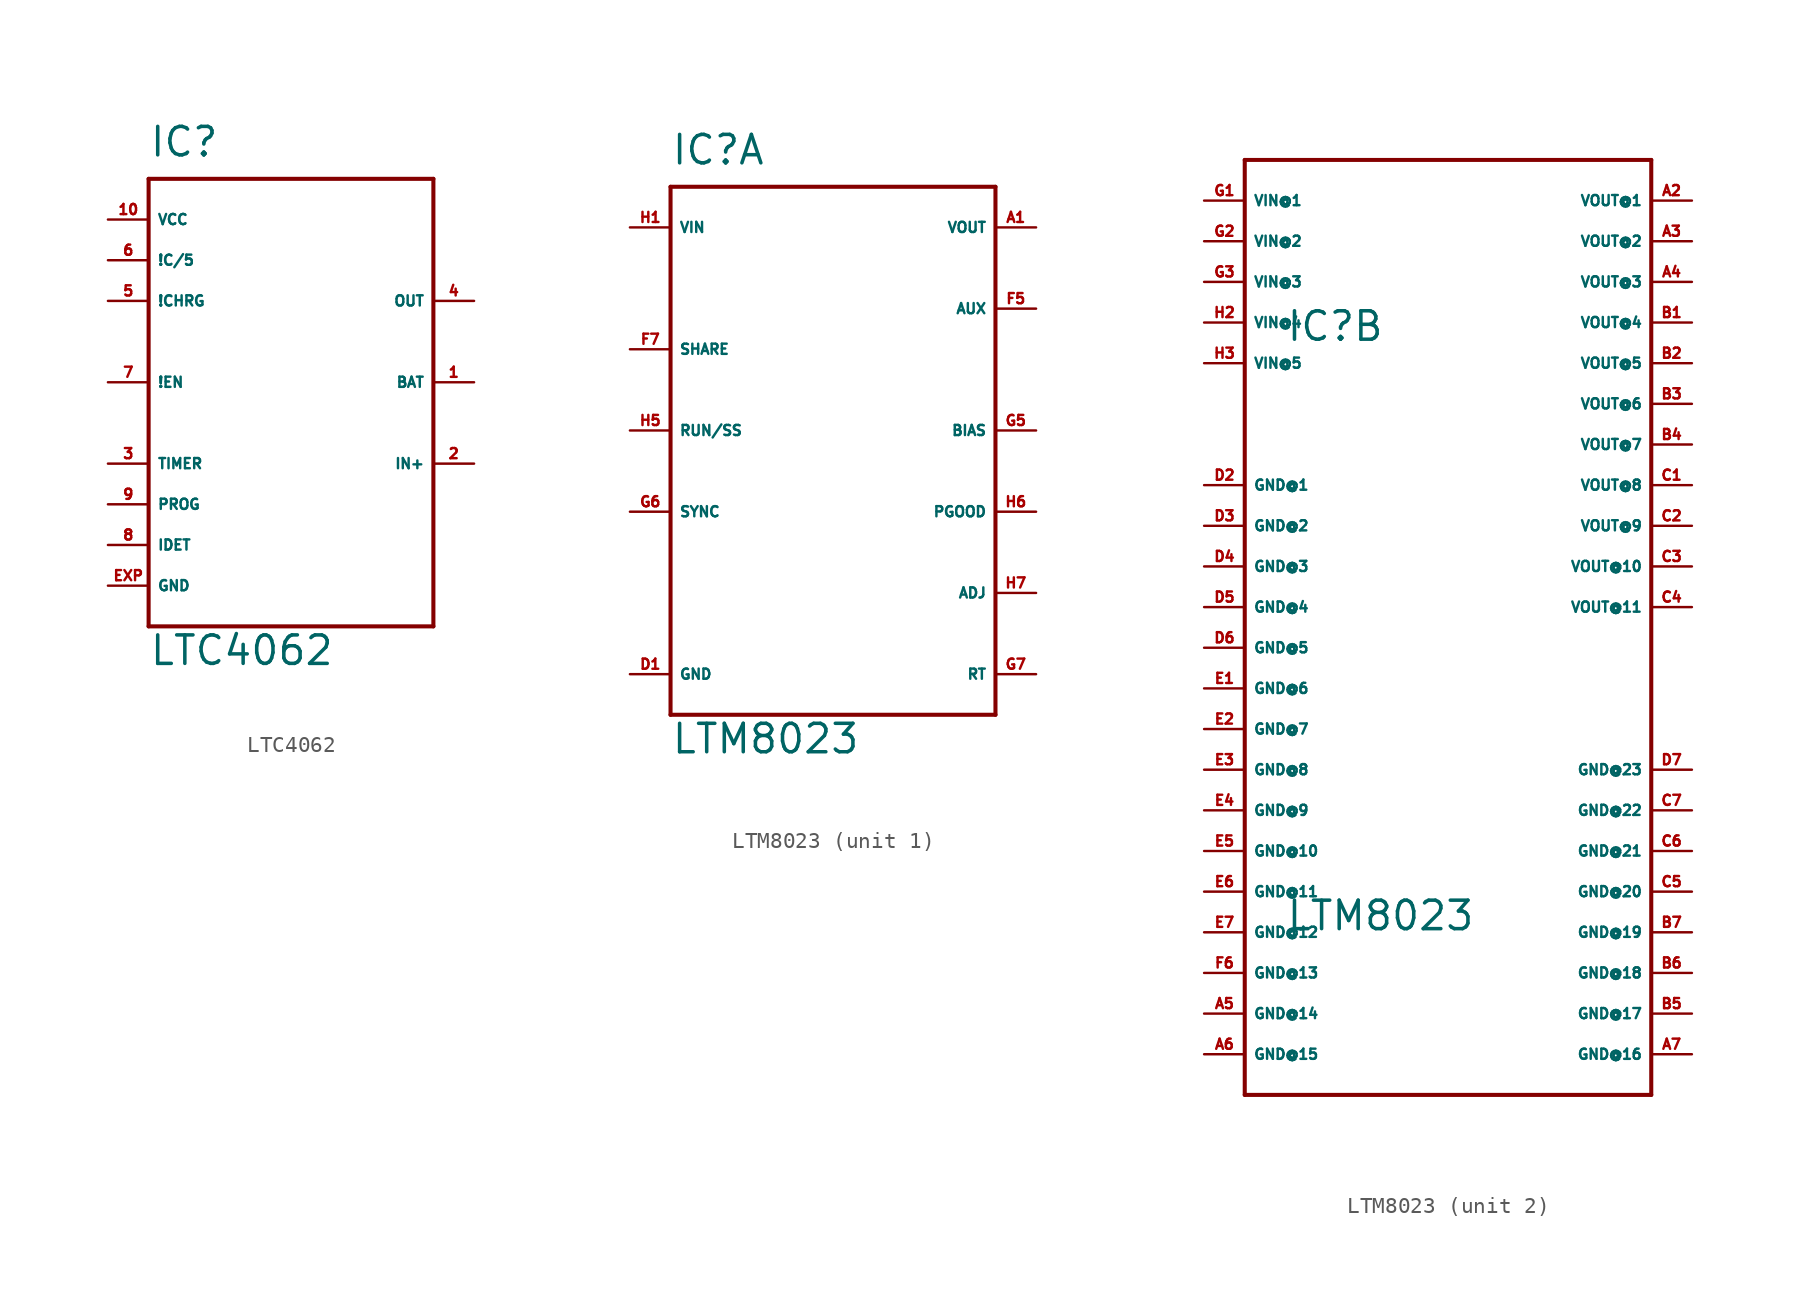
<source format=kicad_sym>
(kicad_symbol_lib
  (version 20220914)
  (generator Eagle2Kicad)
  (symbol "LTC4062"
    (property "Reference" "IC"
      (at -10.16 16.51 0)
      (effects (font (size 1.778 1.778) (thickness 0.22)) (justify left bottom)))
    (property "Value" "LTC4062"
      (at -10.16 -15.24 0)
      (effects (font (size 1.778 1.778) (thickness 0.22)) (justify left bottom)))
    (polyline
      (pts (xy -10.16 -12.7) (xy 7.62 -12.7))
      (stroke (width 0.254) (type default))
      (fill (type none)))
    (polyline
      (pts (xy 7.62 -12.7) (xy 7.62 15.24))
      (stroke (width 0.254) (type default))
      (fill (type none)))
    (polyline
      (pts (xy 7.62 15.24) (xy -10.16 15.24))
      (stroke (width 0.254) (type default))
      (fill (type none)))
    (polyline
      (pts (xy -10.16 15.24) (xy -10.16 -12.7))
      (stroke (width 0.254) (type default))
      (fill (type none)))
    (pin input line
      (at 10.16 -2.54 180)
      (length 2.54)
      (name "IN+" (effects (font (size 0.635 0.635) (thickness 0.08)) (justify left bottom)))
      (number "2" (effects (font (size 0.635 0.635) (thickness 0.08)) (justify left bottom))))
    (pin open_collector line
      (at 10.16 7.62 180)
      (length 2.54)
      (name "OUT" (effects (font (size 0.635 0.635) (thickness 0.08)) (justify left bottom)))
      (number "4" (effects (font (size 0.635 0.635) (thickness 0.08)) (justify left bottom))))
    (pin open_collector line
      (at -12.7 7.62 0)
      (length 2.54)
      (name "!CHRG" (effects (font (size 0.635 0.635) (thickness 0.08)) (justify left bottom)))
      (number "5" (effects (font (size 0.635 0.635) (thickness 0.08)) (justify left bottom))))
    (pin input line
      (at -12.7 10.16 0)
      (length 2.54)
      (name "!C/5" (effects (font (size 0.635 0.635) (thickness 0.08)) (justify left bottom)))
      (number "6" (effects (font (size 0.635 0.635) (thickness 0.08)) (justify left bottom))))
    (pin input line
      (at -12.7 2.54 0)
      (length 2.54)
      (name "!EN" (effects (font (size 0.635 0.635) (thickness 0.08)) (justify left bottom)))
      (number "7" (effects (font (size 0.635 0.635) (thickness 0.08)) (justify left bottom))))
    (pin passive line
      (at -12.7 -2.54 0)
      (length 2.54)
      (name "TIMER" (effects (font (size 0.635 0.635) (thickness 0.08)) (justify left bottom)))
      (number "3" (effects (font (size 0.635 0.635) (thickness 0.08)) (justify left bottom))))
    (pin passive line
      (at -12.7 -7.62 0)
      (length 2.54)
      (name "IDET" (effects (font (size 0.635 0.635) (thickness 0.08)) (justify left bottom)))
      (number "8" (effects (font (size 0.635 0.635) (thickness 0.08)) (justify left bottom))))
    (pin passive line
      (at -12.7 -5.08 0)
      (length 2.54)
      (name "PROG" (effects (font (size 0.635 0.635) (thickness 0.08)) (justify left bottom)))
      (number "9" (effects (font (size 0.635 0.635) (thickness 0.08)) (justify left bottom))))
    (pin unspecified line
      (at -12.7 -10.16 0)
      (length 2.54)
      (name "GND" (effects (font (size 0.635 0.635) (thickness 0.08)) (justify left bottom)))
      (number "EXP" (effects (font (size 0.635 0.635) (thickness 0.08)) (justify left bottom))))
    (pin passive line
      (at 10.16 2.54 180)
      (length 2.54)
      (name "BAT" (effects (font (size 0.635 0.635) (thickness 0.08)) (justify left bottom)))
      (number "1" (effects (font (size 0.635 0.635) (thickness 0.08)) (justify left bottom))))
    (pin unspecified line
      (at -12.7 12.7 0)
      (length 2.54)
      (name "VCC" (effects (font (size 0.635 0.635) (thickness 0.08)) (justify left bottom)))
      (number "10" (effects (font (size 0.635 0.635) (thickness 0.08)) (justify left bottom)))))
  (symbol "LTM8023"
    (property "Reference" "IC"
      (at -10.16 16.51 0)
      (effects (font (size 1.778 1.778) (thickness 0.22)) (justify left bottom)))
    (property "Value" "LTM8023"
      (at -10.16 -20.32 0)
      (effects (font (size 1.778 1.778) (thickness 0.22)) (justify left bottom)))
    (symbol "LTM8023_1_0"
      (polyline (pts (xy -10.16 15.24) (xy 10.16 15.24)) (stroke (width 0.254) (type default)) (fill (type none)))
      (polyline (pts (xy 10.16 15.24) (xy 10.16 -17.78)) (stroke (width 0.254) (type default)) (fill (type none)))
      (polyline (pts (xy 10.16 -17.78) (xy -10.16 -17.78)) (stroke (width 0.254) (type default)) (fill (type none)))
      (polyline (pts (xy -10.16 -17.78) (xy -10.16 15.24)) (stroke (width 0.254) (type default)) (fill (type none)))
      (pin unspecified line (at -12.7 12.7 0) (length 2.54) (name "VIN" (effects (font (size 0.635 0.635) (thickness 0.08)) (justify left bottom))) (number "H1" (effects (font (size 0.635 0.635) (thickness 0.08)) (justify left bottom))))
      (pin input line (at -12.7 5.08 0) (length 2.54) (name "SHARE" (effects (font (size 0.635 0.635) (thickness 0.08)) (justify left bottom))) (number "F7" (effects (font (size 0.635 0.635) (thickness 0.08)) (justify left bottom))))
      (pin input line (at -12.7 0 0) (length 2.54) (name "RUN/SS" (effects (font (size 0.635 0.635) (thickness 0.08)) (justify left bottom))) (number "H5" (effects (font (size 0.635 0.635) (thickness 0.08)) (justify left bottom))))
      (pin input line (at -12.7 -5.08 0) (length 2.54) (name "SYNC" (effects (font (size 0.635 0.635) (thickness 0.08)) (justify left bottom))) (number "G6" (effects (font (size 0.635 0.635) (thickness 0.08)) (justify left bottom))))
      (pin unspecified line (at -12.7 -15.24 0) (length 2.54) (name "GND" (effects (font (size 0.635 0.635) (thickness 0.08)) (justify left bottom))) (number "D1" (effects (font (size 0.635 0.635) (thickness 0.08)) (justify left bottom))))
      (pin passive line (at 12.7 0 180) (length 2.54) (name "BIAS" (effects (font (size 0.635 0.635) (thickness 0.08)) (justify left bottom))) (number "G5" (effects (font (size 0.635 0.635) (thickness 0.08)) (justify left bottom))))
      (pin open_collector line (at 12.7 -5.08 180) (length 2.54) (name "PGOOD" (effects (font (size 0.635 0.635) (thickness 0.08)) (justify left bottom))) (number "H6" (effects (font (size 0.635 0.635) (thickness 0.08)) (justify left bottom))))
      (pin passive line (at 12.7 -10.16 180) (length 2.54) (name "ADJ" (effects (font (size 0.635 0.635) (thickness 0.08)) (justify left bottom))) (number "H7" (effects (font (size 0.635 0.635) (thickness 0.08)) (justify left bottom))))
      (pin passive line (at 12.7 -15.24 180) (length 2.54) (name "RT" (effects (font (size 0.635 0.635) (thickness 0.08)) (justify left bottom))) (number "G7" (effects (font (size 0.635 0.635) (thickness 0.08)) (justify left bottom))))
      (pin output line (at 12.7 7.62 180) (length 2.54) (name "AUX" (effects (font (size 0.635 0.635) (thickness 0.08)) (justify left bottom))) (number "F5" (effects (font (size 0.635 0.635) (thickness 0.08)) (justify left bottom))))
      (pin unspecified line (at 12.7 12.7 180) (length 2.54) (name "VOUT" (effects (font (size 0.635 0.635) (thickness 0.08)) (justify left bottom))) (number "A1" (effects (font (size 0.635 0.635) (thickness 0.08)) (justify left bottom)))))
    (symbol "LTM8023_2_0"
      (polyline (pts (xy -12.7 27.94) (xy 12.7 27.94)) (stroke (width 0.254) (type default)) (fill (type none)))
      (polyline (pts (xy 12.7 27.94) (xy 12.7 -30.48)) (stroke (width 0.254) (type default)) (fill (type none)))
      (polyline (pts (xy 12.7 -30.48) (xy -12.7 -30.48)) (stroke (width 0.254) (type default)) (fill (type none)))
      (polyline (pts (xy -12.7 -30.48) (xy -12.7 27.94)) (stroke (width 0.254) (type default)) (fill (type none)))
      (pin unspecified line (at -15.24 25.4 0) (length 2.54) (name "VIN@1" (effects (font (size 0.635 0.635) (thickness 0.08)) (justify left bottom))) (number "G1" (effects (font (size 0.635 0.635) (thickness 0.08)) (justify left bottom))))
      (pin unspecified line (at -15.24 7.62 0) (length 2.54) (name "GND@1" (effects (font (size 0.635 0.635) (thickness 0.08)) (justify left bottom))) (number "D2" (effects (font (size 0.635 0.635) (thickness 0.08)) (justify left bottom))))
      (pin unspecified line (at -15.24 5.08 0) (length 2.54) (name "GND@2" (effects (font (size 0.635 0.635) (thickness 0.08)) (justify left bottom))) (number "D3" (effects (font (size 0.635 0.635) (thickness 0.08)) (justify left bottom))))
      (pin unspecified line (at 15.24 25.4 180) (length 2.54) (name "VOUT@1" (effects (font (size 0.635 0.635) (thickness 0.08)) (justify left bottom))) (number "A2" (effects (font (size 0.635 0.635) (thickness 0.08)) (justify left bottom))))
      (pin unspecified line (at -15.24 22.86 0) (length 2.54) (name "VIN@2" (effects (font (size 0.635 0.635) (thickness 0.08)) (justify left bottom))) (number "G2" (effects (font (size 0.635 0.635) (thickness 0.08)) (justify left bottom))))
      (pin unspecified line (at -15.24 20.32 0) (length 2.54) (name "VIN@3" (effects (font (size 0.635 0.635) (thickness 0.08)) (justify left bottom))) (number "G3" (effects (font (size 0.635 0.635) (thickness 0.08)) (justify left bottom))))
      (pin unspecified line (at -15.24 17.78 0) (length 2.54) (name "VIN@4" (effects (font (size 0.635 0.635) (thickness 0.08)) (justify left bottom))) (number "H2" (effects (font (size 0.635 0.635) (thickness 0.08)) (justify left bottom))))
      (pin unspecified line (at -15.24 15.24 0) (length 2.54) (name "VIN@5" (effects (font (size 0.635 0.635) (thickness 0.08)) (justify left bottom))) (number "H3" (effects (font (size 0.635 0.635) (thickness 0.08)) (justify left bottom))))
      (pin unspecified line (at 15.24 22.86 180) (length 2.54) (name "VOUT@2" (effects (font (size 0.635 0.635) (thickness 0.08)) (justify left bottom))) (number "A3" (effects (font (size 0.635 0.635) (thickness 0.08)) (justify left bottom))))
      (pin unspecified line (at 15.24 20.32 180) (length 2.54) (name "VOUT@3" (effects (font (size 0.635 0.635) (thickness 0.08)) (justify left bottom))) (number "A4" (effects (font (size 0.635 0.635) (thickness 0.08)) (justify left bottom))))
      (pin unspecified line (at 15.24 17.78 180) (length 2.54) (name "VOUT@4" (effects (font (size 0.635 0.635) (thickness 0.08)) (justify left bottom))) (number "B1" (effects (font (size 0.635 0.635) (thickness 0.08)) (justify left bottom))))
      (pin unspecified line (at 15.24 15.24 180) (length 2.54) (name "VOUT@5" (effects (font (size 0.635 0.635) (thickness 0.08)) (justify left bottom))) (number "B2" (effects (font (size 0.635 0.635) (thickness 0.08)) (justify left bottom))))
      (pin unspecified line (at 15.24 12.7 180) (length 2.54) (name "VOUT@6" (effects (font (size 0.635 0.635) (thickness 0.08)) (justify left bottom))) (number "B3" (effects (font (size 0.635 0.635) (thickness 0.08)) (justify left bottom))))
      (pin unspecified line (at 15.24 10.16 180) (length 2.54) (name "VOUT@7" (effects (font (size 0.635 0.635) (thickness 0.08)) (justify left bottom))) (number "B4" (effects (font (size 0.635 0.635) (thickness 0.08)) (justify left bottom))))
      (pin unspecified line (at 15.24 7.62 180) (length 2.54) (name "VOUT@8" (effects (font (size 0.635 0.635) (thickness 0.08)) (justify left bottom))) (number "C1" (effects (font (size 0.635 0.635) (thickness 0.08)) (justify left bottom))))
      (pin unspecified line (at 15.24 5.08 180) (length 2.54) (name "VOUT@9" (effects (font (size 0.635 0.635) (thickness 0.08)) (justify left bottom))) (number "C2" (effects (font (size 0.635 0.635) (thickness 0.08)) (justify left bottom))))
      (pin unspecified line (at 15.24 2.54 180) (length 2.54) (name "VOUT@10" (effects (font (size 0.635 0.635) (thickness 0.08)) (justify left bottom))) (number "C3" (effects (font (size 0.635 0.635) (thickness 0.08)) (justify left bottom))))
      (pin unspecified line (at 15.24 0 180) (length 2.54) (name "VOUT@11" (effects (font (size 0.635 0.635) (thickness 0.08)) (justify left bottom))) (number "C4" (effects (font (size 0.635 0.635) (thickness 0.08)) (justify left bottom))))
      (pin unspecified line (at -15.24 2.54 0) (length 2.54) (name "GND@3" (effects (font (size 0.635 0.635) (thickness 0.08)) (justify left bottom))) (number "D4" (effects (font (size 0.635 0.635) (thickness 0.08)) (justify left bottom))))
      (pin unspecified line (at -15.24 0 0) (length 2.54) (name "GND@4" (effects (font (size 0.635 0.635) (thickness 0.08)) (justify left bottom))) (number "D5" (effects (font (size 0.635 0.635) (thickness 0.08)) (justify left bottom))))
      (pin unspecified line (at -15.24 -2.54 0) (length 2.54) (name "GND@5" (effects (font (size 0.635 0.635) (thickness 0.08)) (justify left bottom))) (number "D6" (effects (font (size 0.635 0.635) (thickness 0.08)) (justify left bottom))))
      (pin unspecified line (at -15.24 -5.08 0) (length 2.54) (name "GND@6" (effects (font (size 0.635 0.635) (thickness 0.08)) (justify left bottom))) (number "E1" (effects (font (size 0.635 0.635) (thickness 0.08)) (justify left bottom))))
      (pin unspecified line (at -15.24 -7.62 0) (length 2.54) (name "GND@7" (effects (font (size 0.635 0.635) (thickness 0.08)) (justify left bottom))) (number "E2" (effects (font (size 0.635 0.635) (thickness 0.08)) (justify left bottom))))
      (pin unspecified line (at -15.24 -10.16 0) (length 2.54) (name "GND@8" (effects (font (size 0.635 0.635) (thickness 0.08)) (justify left bottom))) (number "E3" (effects (font (size 0.635 0.635) (thickness 0.08)) (justify left bottom))))
      (pin unspecified line (at -15.24 -12.7 0) (length 2.54) (name "GND@9" (effects (font (size 0.635 0.635) (thickness 0.08)) (justify left bottom))) (number "E4" (effects (font (size 0.635 0.635) (thickness 0.08)) (justify left bottom))))
      (pin unspecified line (at -15.24 -15.24 0) (length 2.54) (name "GND@10" (effects (font (size 0.635 0.635) (thickness 0.08)) (justify left bottom))) (number "E5" (effects (font (size 0.635 0.635) (thickness 0.08)) (justify left bottom))))
      (pin unspecified line (at -15.24 -17.78 0) (length 2.54) (name "GND@11" (effects (font (size 0.635 0.635) (thickness 0.08)) (justify left bottom))) (number "E6" (effects (font (size 0.635 0.635) (thickness 0.08)) (justify left bottom))))
      (pin unspecified line (at -15.24 -20.32 0) (length 2.54) (name "GND@12" (effects (font (size 0.635 0.635) (thickness 0.08)) (justify left bottom))) (number "E7" (effects (font (size 0.635 0.635) (thickness 0.08)) (justify left bottom))))
      (pin unspecified line (at -15.24 -22.86 0) (length 2.54) (name "GND@13" (effects (font (size 0.635 0.635) (thickness 0.08)) (justify left bottom))) (number "F6" (effects (font (size 0.635 0.635) (thickness 0.08)) (justify left bottom))))
      (pin unspecified line (at -15.24 -25.4 0) (length 2.54) (name "GND@14" (effects (font (size 0.635 0.635) (thickness 0.08)) (justify left bottom))) (number "A5" (effects (font (size 0.635 0.635) (thickness 0.08)) (justify left bottom))))
      (pin unspecified line (at -15.24 -27.94 0) (length 2.54) (name "GND@15" (effects (font (size 0.635 0.635) (thickness 0.08)) (justify left bottom))) (number "A6" (effects (font (size 0.635 0.635) (thickness 0.08)) (justify left bottom))))
      (pin unspecified line (at 15.24 -27.94 180) (length 2.54) (name "GND@16" (effects (font (size 0.635 0.635) (thickness 0.08)) (justify left bottom))) (number "A7" (effects (font (size 0.635 0.635) (thickness 0.08)) (justify left bottom))))
      (pin unspecified line (at 15.24 -25.4 180) (length 2.54) (name "GND@17" (effects (font (size 0.635 0.635) (thickness 0.08)) (justify left bottom))) (number "B5" (effects (font (size 0.635 0.635) (thickness 0.08)) (justify left bottom))))
      (pin unspecified line (at 15.24 -22.86 180) (length 2.54) (name "GND@18" (effects (font (size 0.635 0.635) (thickness 0.08)) (justify left bottom))) (number "B6" (effects (font (size 0.635 0.635) (thickness 0.08)) (justify left bottom))))
      (pin unspecified line (at 15.24 -20.32 180) (length 2.54) (name "GND@19" (effects (font (size 0.635 0.635) (thickness 0.08)) (justify left bottom))) (number "B7" (effects (font (size 0.635 0.635) (thickness 0.08)) (justify left bottom))))
      (pin unspecified line (at 15.24 -17.78 180) (length 2.54) (name "GND@20" (effects (font (size 0.635 0.635) (thickness 0.08)) (justify left bottom))) (number "C5" (effects (font (size 0.635 0.635) (thickness 0.08)) (justify left bottom))))
      (pin unspecified line (at 15.24 -15.24 180) (length 2.54) (name "GND@21" (effects (font (size 0.635 0.635) (thickness 0.08)) (justify left bottom))) (number "C6" (effects (font (size 0.635 0.635) (thickness 0.08)) (justify left bottom))))
      (pin unspecified line (at 15.24 -12.7 180) (length 2.54) (name "GND@22" (effects (font (size 0.635 0.635) (thickness 0.08)) (justify left bottom))) (number "C7" (effects (font (size 0.635 0.635) (thickness 0.08)) (justify left bottom))))
      (pin unspecified line (at 15.24 -10.16 180) (length 2.54) (name "GND@23" (effects (font (size 0.635 0.635) (thickness 0.08)) (justify left bottom))) (number "D7" (effects (font (size 0.635 0.635) (thickness 0.08)) (justify left bottom)))))))
</source>
